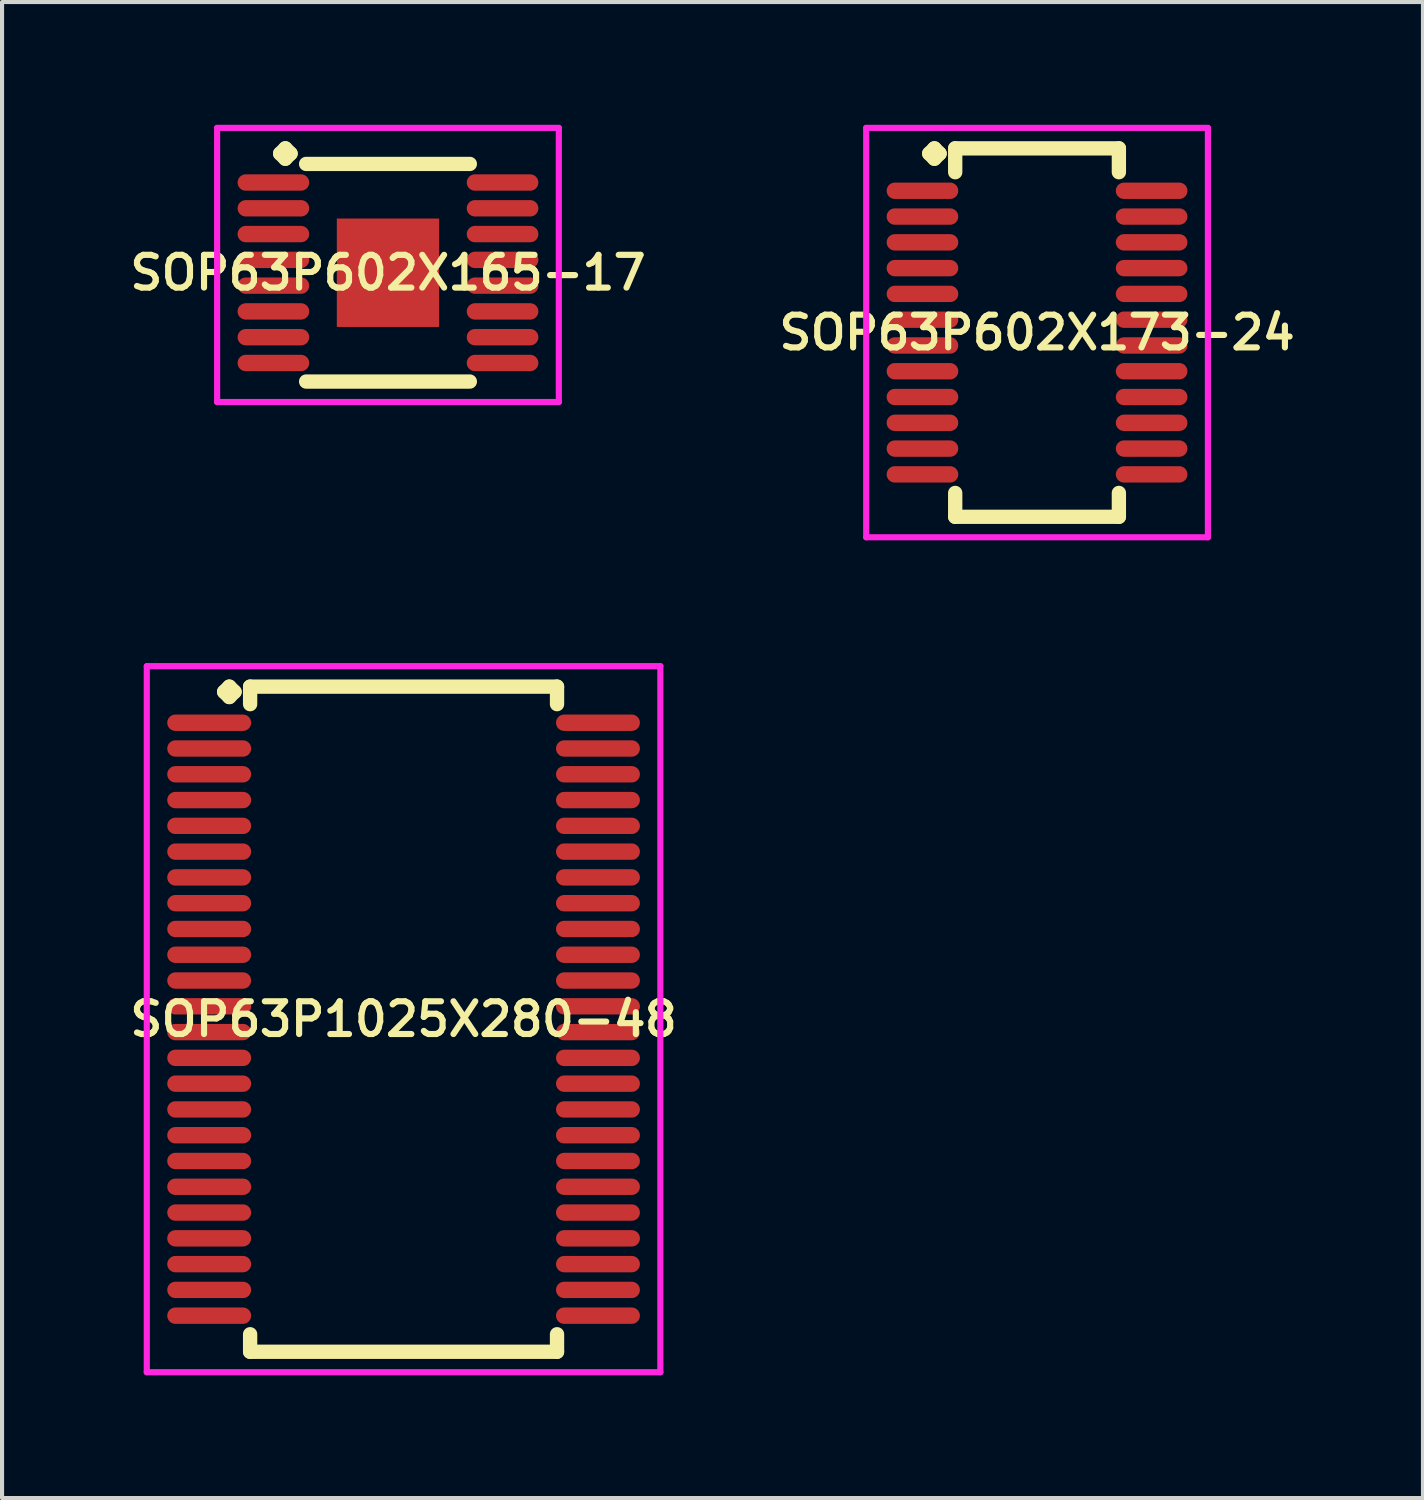
<source format=kicad_pcb>
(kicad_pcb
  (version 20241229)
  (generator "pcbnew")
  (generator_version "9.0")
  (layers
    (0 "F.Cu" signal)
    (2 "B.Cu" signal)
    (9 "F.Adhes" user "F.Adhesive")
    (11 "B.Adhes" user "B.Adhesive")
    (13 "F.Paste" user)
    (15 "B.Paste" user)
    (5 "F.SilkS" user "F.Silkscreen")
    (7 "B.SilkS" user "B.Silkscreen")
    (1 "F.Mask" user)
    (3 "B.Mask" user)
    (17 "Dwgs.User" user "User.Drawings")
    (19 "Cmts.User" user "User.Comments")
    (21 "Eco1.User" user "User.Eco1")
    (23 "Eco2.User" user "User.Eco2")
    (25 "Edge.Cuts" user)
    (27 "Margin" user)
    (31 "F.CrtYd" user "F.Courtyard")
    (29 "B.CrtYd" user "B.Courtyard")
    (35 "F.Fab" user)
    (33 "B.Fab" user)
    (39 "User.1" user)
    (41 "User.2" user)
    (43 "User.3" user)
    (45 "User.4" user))
  (footprint "SOP63P1025X280-48"
    (layer "F.Cu")
    (at 6.812 21.856)
    (property "Reference" "SOP63P1025X280-48" (at 0 0 0) (layer "F.SilkS") (effects (font (size 0.8 0.8) (thickness 0.15))))
    (attr smd)
    (fp_line (start -4.385 -8) (end -4.258 -8.127) (stroke (width 0.35) (type solid)) (layer "F.SilkS"))
    (fp_line (start -4.258 -8.127) (end -4.131 -8) (stroke (width 0.35) (type solid)) (layer "F.SilkS"))
    (fp_line (start -4.258 -7.873) (end -4.385 -8) (stroke (width 0.35) (type solid)) (layer "F.SilkS"))
    (fp_line (start -4.131 -8) (end -4.258 -7.873) (stroke (width 0.35) (type solid)) (layer "F.SilkS"))
    (fp_line (start -3.75 -8.127) (end 3.75 -8.127) (stroke (width 0.35) (type solid)) (layer "F.SilkS"))
    (fp_line (start -3.75 -7.699) (end -3.75 -8.127) (stroke (width 0.35) (type solid)) (layer "F.SilkS"))
    (fp_line (start -3.75 7.699) (end -3.75 8.127) (stroke (width 0.35) (type solid)) (layer "F.SilkS"))
    (fp_line (start -3.75 8.127) (end 3.75 8.127) (stroke (width 0.35) (type solid)) (layer "F.SilkS"))
    (fp_line (start 3.75 -8.127) (end 3.75 -7.699) (stroke (width 0.35) (type solid)) (layer "F.SilkS"))
    (fp_line (start 3.75 8.127) (end 3.75 7.699) (stroke (width 0.35) (type solid)) (layer "F.SilkS"))
    (fp_line (start -6.275 -8.627) (end 6.275 -8.627) (stroke (width 0.15) (type solid)) (layer "F.CrtYd"))
    (fp_line (start -6.275 8.627) (end -6.275 -8.627) (stroke (width 0.15) (type solid)) (layer "F.CrtYd"))
    (fp_line (start 6.275 -8.627) (end 6.275 8.627) (stroke (width 0.15) (type solid)) (layer "F.CrtYd"))
    (fp_line (start 6.275 8.627) (end -6.275 8.627) (stroke (width 0.15) (type solid)) (layer "F.CrtYd"))
    (pad "1" smd oval (at -4.75 -7.245) (size 2.05 0.4) (layers "F.Cu" "F.Mask" "F.Paste"))
    (pad "2" smd oval (at -4.75 -6.615) (size 2.05 0.4) (layers "F.Cu" "F.Mask" "F.Paste"))
    (pad "3" smd oval (at -4.75 -5.985) (size 2.05 0.4) (layers "F.Cu" "F.Mask" "F.Paste"))
    (pad "4" smd oval (at -4.75 -5.355) (size 2.05 0.4) (layers "F.Cu" "F.Mask" "F.Paste"))
    (pad "5" smd oval (at -4.75 -4.725) (size 2.05 0.4) (layers "F.Cu" "F.Mask" "F.Paste"))
    (pad "6" smd oval (at -4.75 -4.095) (size 2.05 0.4) (layers "F.Cu" "F.Mask" "F.Paste"))
    (pad "7" smd oval (at -4.75 -3.465) (size 2.05 0.4) (layers "F.Cu" "F.Mask" "F.Paste"))
    (pad "8" smd oval (at -4.75 -2.835) (size 2.05 0.4) (layers "F.Cu" "F.Mask" "F.Paste"))
    (pad "9" smd oval (at -4.75 -2.205) (size 2.05 0.4) (layers "F.Cu" "F.Mask" "F.Paste"))
    (pad "10" smd oval (at -4.75 -1.575) (size 2.05 0.4) (layers "F.Cu" "F.Mask" "F.Paste"))
    (pad "11" smd oval (at -4.75 -0.945) (size 2.05 0.4) (layers "F.Cu" "F.Mask" "F.Paste"))
    (pad "12" smd oval (at -4.75 -0.315) (size 2.05 0.4) (layers "F.Cu" "F.Mask" "F.Paste"))
    (pad "13" smd oval (at -4.75 0.315) (size 2.05 0.4) (layers "F.Cu" "F.Mask" "F.Paste"))
    (pad "14" smd oval (at -4.75 0.945) (size 2.05 0.4) (layers "F.Cu" "F.Mask" "F.Paste"))
    (pad "15" smd oval (at -4.75 1.575) (size 2.05 0.4) (layers "F.Cu" "F.Mask" "F.Paste"))
    (pad "16" smd oval (at -4.75 2.205) (size 2.05 0.4) (layers "F.Cu" "F.Mask" "F.Paste"))
    (pad "17" smd oval (at -4.75 2.835) (size 2.05 0.4) (layers "F.Cu" "F.Mask" "F.Paste"))
    (pad "18" smd oval (at -4.75 3.465) (size 2.05 0.4) (layers "F.Cu" "F.Mask" "F.Paste"))
    (pad "19" smd oval (at -4.75 4.095) (size 2.05 0.4) (layers "F.Cu" "F.Mask" "F.Paste"))
    (pad "20" smd oval (at -4.75 4.725) (size 2.05 0.4) (layers "F.Cu" "F.Mask" "F.Paste"))
    (pad "21" smd oval (at -4.75 5.355) (size 2.05 0.4) (layers "F.Cu" "F.Mask" "F.Paste"))
    (pad "22" smd oval (at -4.75 5.985) (size 2.05 0.4) (layers "F.Cu" "F.Mask" "F.Paste"))
    (pad "23" smd oval (at -4.75 6.615) (size 2.05 0.4) (layers "F.Cu" "F.Mask" "F.Paste"))
    (pad "24" smd oval (at -4.75 7.245) (size 2.05 0.4) (layers "F.Cu" "F.Mask" "F.Paste"))
    (pad "25" smd oval (at 4.75 7.245) (size 2.05 0.4) (layers "F.Cu" "F.Mask" "F.Paste"))
    (pad "26" smd oval (at 4.75 6.615) (size 2.05 0.4) (layers "F.Cu" "F.Mask" "F.Paste"))
    (pad "27" smd oval (at 4.75 5.985) (size 2.05 0.4) (layers "F.Cu" "F.Mask" "F.Paste"))
    (pad "28" smd oval (at 4.75 5.355) (size 2.05 0.4) (layers "F.Cu" "F.Mask" "F.Paste"))
    (pad "29" smd oval (at 4.75 4.725) (size 2.05 0.4) (layers "F.Cu" "F.Mask" "F.Paste"))
    (pad "30" smd oval (at 4.75 4.095) (size 2.05 0.4) (layers "F.Cu" "F.Mask" "F.Paste"))
    (pad "31" smd oval (at 4.75 3.465) (size 2.05 0.4) (layers "F.Cu" "F.Mask" "F.Paste"))
    (pad "32" smd oval (at 4.75 2.835) (size 2.05 0.4) (layers "F.Cu" "F.Mask" "F.Paste"))
    (pad "33" smd oval (at 4.75 2.205) (size 2.05 0.4) (layers "F.Cu" "F.Mask" "F.Paste"))
    (pad "34" smd oval (at 4.75 1.575) (size 2.05 0.4) (layers "F.Cu" "F.Mask" "F.Paste"))
    (pad "35" smd oval (at 4.75 0.945) (size 2.05 0.4) (layers "F.Cu" "F.Mask" "F.Paste"))
    (pad "36" smd oval (at 4.75 0.315) (size 2.05 0.4) (layers "F.Cu" "F.Mask" "F.Paste"))
    (pad "37" smd oval (at 4.75 -0.315) (size 2.05 0.4) (layers "F.Cu" "F.Mask" "F.Paste"))
    (pad "38" smd oval (at 4.75 -0.945) (size 2.05 0.4) (layers "F.Cu" "F.Mask" "F.Paste"))
    (pad "39" smd oval (at 4.75 -1.575) (size 2.05 0.4) (layers "F.Cu" "F.Mask" "F.Paste"))
    (pad "40" smd oval (at 4.75 -2.205) (size 2.05 0.4) (layers "F.Cu" "F.Mask" "F.Paste"))
    (pad "41" smd oval (at 4.75 -2.835) (size 2.05 0.4) (layers "F.Cu" "F.Mask" "F.Paste"))
    (pad "42" smd oval (at 4.75 -3.465) (size 2.05 0.4) (layers "F.Cu" "F.Mask" "F.Paste"))
    (pad "43" smd oval (at 4.75 -4.095) (size 2.05 0.4) (layers "F.Cu" "F.Mask" "F.Paste"))
    (pad "44" smd oval (at 4.75 -4.725) (size 2.05 0.4) (layers "F.Cu" "F.Mask" "F.Paste"))
    (pad "45" smd oval (at 4.75 -5.355) (size 2.05 0.4) (layers "F.Cu" "F.Mask" "F.Paste"))
    (pad "46" smd oval (at 4.75 -5.985) (size 2.05 0.4) (layers "F.Cu" "F.Mask" "F.Paste"))
    (pad "47" smd oval (at 4.75 -6.615) (size 2.05 0.4) (layers "F.Cu" "F.Mask" "F.Paste"))
    (pad "48" smd oval (at 4.75 -7.245) (size 2.05 0.4) (layers "F.Cu" "F.Mask" "F.Paste")))
  (footprint "SOP63P602X173-24"
    (layer "F.Cu")
    (at 22.292 5.077)
    (property "Reference" "SOP63P602X173-24" (at 0 0 0) (layer "F.SilkS") (effects (font (size 0.8 0.8) (thickness 0.15))))
    (attr smd)
    (fp_line (start -2.635 -4.375) (end -2.508 -4.502) (stroke (width 0.35) (type solid)) (layer "F.SilkS"))
    (fp_line (start -2.508 -4.502) (end -2.381 -4.375) (stroke (width 0.35) (type solid)) (layer "F.SilkS"))
    (fp_line (start -2.508 -4.248) (end -2.635 -4.375) (stroke (width 0.35) (type solid)) (layer "F.SilkS"))
    (fp_line (start -2.381 -4.375) (end -2.508 -4.248) (stroke (width 0.35) (type solid)) (layer "F.SilkS"))
    (fp_line (start -2 -4.502) (end 2 -4.502) (stroke (width 0.35) (type solid)) (layer "F.SilkS"))
    (fp_line (start -2 -3.919) (end -2 -4.502) (stroke (width 0.35) (type solid)) (layer "F.SilkS"))
    (fp_line (start -2 3.919) (end -2 4.502) (stroke (width 0.35) (type solid)) (layer "F.SilkS"))
    (fp_line (start -2 4.502) (end 2 4.502) (stroke (width 0.35) (type solid)) (layer "F.SilkS"))
    (fp_line (start 2 -4.502) (end 2 -3.919) (stroke (width 0.35) (type solid)) (layer "F.SilkS"))
    (fp_line (start 2 4.502) (end 2 3.919) (stroke (width 0.35) (type solid)) (layer "F.SilkS"))
    (fp_line (start -4.175 -5.002) (end 4.175 -5.002) (stroke (width 0.15) (type solid)) (layer "F.CrtYd"))
    (fp_line (start -4.175 5.002) (end -4.175 -5.002) (stroke (width 0.15) (type solid)) (layer "F.CrtYd"))
    (fp_line (start 4.175 -5.002) (end 4.175 5.002) (stroke (width 0.15) (type solid)) (layer "F.CrtYd"))
    (fp_line (start 4.175 5.002) (end -4.175 5.002) (stroke (width 0.15) (type solid)) (layer "F.CrtYd"))
    (pad "1" smd oval (at -2.8 -3.465) (size 1.75 0.4) (layers "F.Cu" "F.Mask" "F.Paste"))
    (pad "2" smd oval (at -2.8 -2.835) (size 1.75 0.4) (layers "F.Cu" "F.Mask" "F.Paste"))
    (pad "3" smd oval (at -2.8 -2.205) (size 1.75 0.4) (layers "F.Cu" "F.Mask" "F.Paste"))
    (pad "4" smd oval (at -2.8 -1.575) (size 1.75 0.4) (layers "F.Cu" "F.Mask" "F.Paste"))
    (pad "5" smd oval (at -2.8 -0.945) (size 1.75 0.4) (layers "F.Cu" "F.Mask" "F.Paste"))
    (pad "6" smd oval (at -2.8 -0.315) (size 1.75 0.4) (layers "F.Cu" "F.Mask" "F.Paste"))
    (pad "7" smd oval (at -2.8 0.315) (size 1.75 0.4) (layers "F.Cu" "F.Mask" "F.Paste"))
    (pad "8" smd oval (at -2.8 0.945) (size 1.75 0.4) (layers "F.Cu" "F.Mask" "F.Paste"))
    (pad "9" smd oval (at -2.8 1.575) (size 1.75 0.4) (layers "F.Cu" "F.Mask" "F.Paste"))
    (pad "10" smd oval (at -2.8 2.205) (size 1.75 0.4) (layers "F.Cu" "F.Mask" "F.Paste"))
    (pad "11" smd oval (at -2.8 2.835) (size 1.75 0.4) (layers "F.Cu" "F.Mask" "F.Paste"))
    (pad "12" smd oval (at -2.8 3.465) (size 1.75 0.4) (layers "F.Cu" "F.Mask" "F.Paste"))
    (pad "13" smd oval (at 2.8 3.465) (size 1.75 0.4) (layers "F.Cu" "F.Mask" "F.Paste"))
    (pad "14" smd oval (at 2.8 2.835) (size 1.75 0.4) (layers "F.Cu" "F.Mask" "F.Paste"))
    (pad "15" smd oval (at 2.8 2.205) (size 1.75 0.4) (layers "F.Cu" "F.Mask" "F.Paste"))
    (pad "16" smd oval (at 2.8 1.575) (size 1.75 0.4) (layers "F.Cu" "F.Mask" "F.Paste"))
    (pad "17" smd oval (at 2.8 0.945) (size 1.75 0.4) (layers "F.Cu" "F.Mask" "F.Paste"))
    (pad "18" smd oval (at 2.8 0.315) (size 1.75 0.4) (layers "F.Cu" "F.Mask" "F.Paste"))
    (pad "19" smd oval (at 2.8 -0.315) (size 1.75 0.4) (layers "F.Cu" "F.Mask" "F.Paste"))
    (pad "20" smd oval (at 2.8 -0.945) (size 1.75 0.4) (layers "F.Cu" "F.Mask" "F.Paste"))
    (pad "21" smd oval (at 2.8 -1.575) (size 1.75 0.4) (layers "F.Cu" "F.Mask" "F.Paste"))
    (pad "22" smd oval (at 2.8 -2.205) (size 1.75 0.4) (layers "F.Cu" "F.Mask" "F.Paste"))
    (pad "23" smd oval (at 2.8 -2.835) (size 1.75 0.4) (layers "F.Cu" "F.Mask" "F.Paste"))
    (pad "24" smd oval (at 2.8 -3.465) (size 1.75 0.4) (layers "F.Cu" "F.Mask" "F.Paste")))
  (footprint "SOP63P602X165-17"
    (layer "F.Cu")
    (at 6.431 3.615)
    (property "Reference" "SOP63P602X165-17" (at 0 0 0) (layer "F.SilkS") (effects (font (size 0.8 0.8) (thickness 0.15))))
    (attr smd)
    (fp_line (start -2.635 -2.913) (end -2.508 -3.04) (stroke (width 0.35) (type solid)) (layer "F.SilkS"))
    (fp_line (start -2.508 -3.04) (end -2.381 -2.913) (stroke (width 0.35) (type solid)) (layer "F.SilkS"))
    (fp_line (start -2.508 -2.786) (end -2.635 -2.913) (stroke (width 0.35) (type solid)) (layer "F.SilkS"))
    (fp_line (start -2.381 -2.913) (end -2.508 -2.786) (stroke (width 0.35) (type solid)) (layer "F.SilkS"))
    (fp_line (start -2 -2.659) (end 2 -2.659) (stroke (width 0.35) (type solid)) (layer "F.SilkS"))
    (fp_line (start -2 2.659) (end 2 2.659) (stroke (width 0.35) (type solid)) (layer "F.SilkS"))
    (fp_line (start -4.175 -3.54) (end 4.175 -3.54) (stroke (width 0.15) (type solid)) (layer "F.CrtYd"))
    (fp_line (start -4.175 3.159) (end -4.175 -3.54) (stroke (width 0.15) (type solid)) (layer "F.CrtYd"))
    (fp_line (start 4.175 -3.54) (end 4.175 3.159) (stroke (width 0.15) (type solid)) (layer "F.CrtYd"))
    (fp_line (start 4.175 3.159) (end -4.175 3.159) (stroke (width 0.15) (type solid)) (layer "F.CrtYd"))
    (pad "1" smd oval (at -2.8 -2.205) (size 1.75 0.4) (layers "F.Cu" "F.Mask" "F.Paste"))
    (pad "2" smd oval (at -2.8 -1.575) (size 1.75 0.4) (layers "F.Cu" "F.Mask" "F.Paste"))
    (pad "3" smd oval (at -2.8 -0.945) (size 1.75 0.4) (layers "F.Cu" "F.Mask" "F.Paste"))
    (pad "4" smd oval (at -2.8 -0.315) (size 1.75 0.4) (layers "F.Cu" "F.Mask" "F.Paste"))
    (pad "5" smd oval (at -2.8 0.315) (size 1.75 0.4) (layers "F.Cu" "F.Mask" "F.Paste"))
    (pad "6" smd oval (at -2.8 0.945) (size 1.75 0.4) (layers "F.Cu" "F.Mask" "F.Paste"))
    (pad "7" smd oval (at -2.8 1.575) (size 1.75 0.4) (layers "F.Cu" "F.Mask" "F.Paste"))
    (pad "8" smd oval (at -2.8 2.205) (size 1.75 0.4) (layers "F.Cu" "F.Mask" "F.Paste"))
    (pad "9" smd oval (at 2.8 2.205) (size 1.75 0.4) (layers "F.Cu" "F.Mask" "F.Paste"))
    (pad "10" smd oval (at 2.8 1.575) (size 1.75 0.4) (layers "F.Cu" "F.Mask" "F.Paste"))
    (pad "11" smd oval (at 2.8 0.945) (size 1.75 0.4) (layers "F.Cu" "F.Mask" "F.Paste"))
    (pad "12" smd oval (at 2.8 0.315) (size 1.75 0.4) (layers "F.Cu" "F.Mask" "F.Paste"))
    (pad "13" smd oval (at 2.8 -0.315) (size 1.75 0.4) (layers "F.Cu" "F.Mask" "F.Paste"))
    (pad "14" smd oval (at 2.8 -0.945) (size 1.75 0.4) (layers "F.Cu" "F.Mask" "F.Paste"))
    (pad "15" smd oval (at 2.8 -1.575) (size 1.75 0.4) (layers "F.Cu" "F.Mask" "F.Paste"))
    (pad "16" smd oval (at 2.8 -2.205) (size 1.75 0.4) (layers "F.Cu" "F.Mask" "F.Paste"))
    (pad "17" smd rect (at 0 0) (size 2.5 2.65) (layers "F.Cu" "F.Mask" "F.Paste")))
  (gr_rect
    (start -3 -3)
    (end 31.723 33.558)
    (stroke (width 0.1) (type default))
    (fill no)
    (layer "Edge.Cuts")))
</source>
